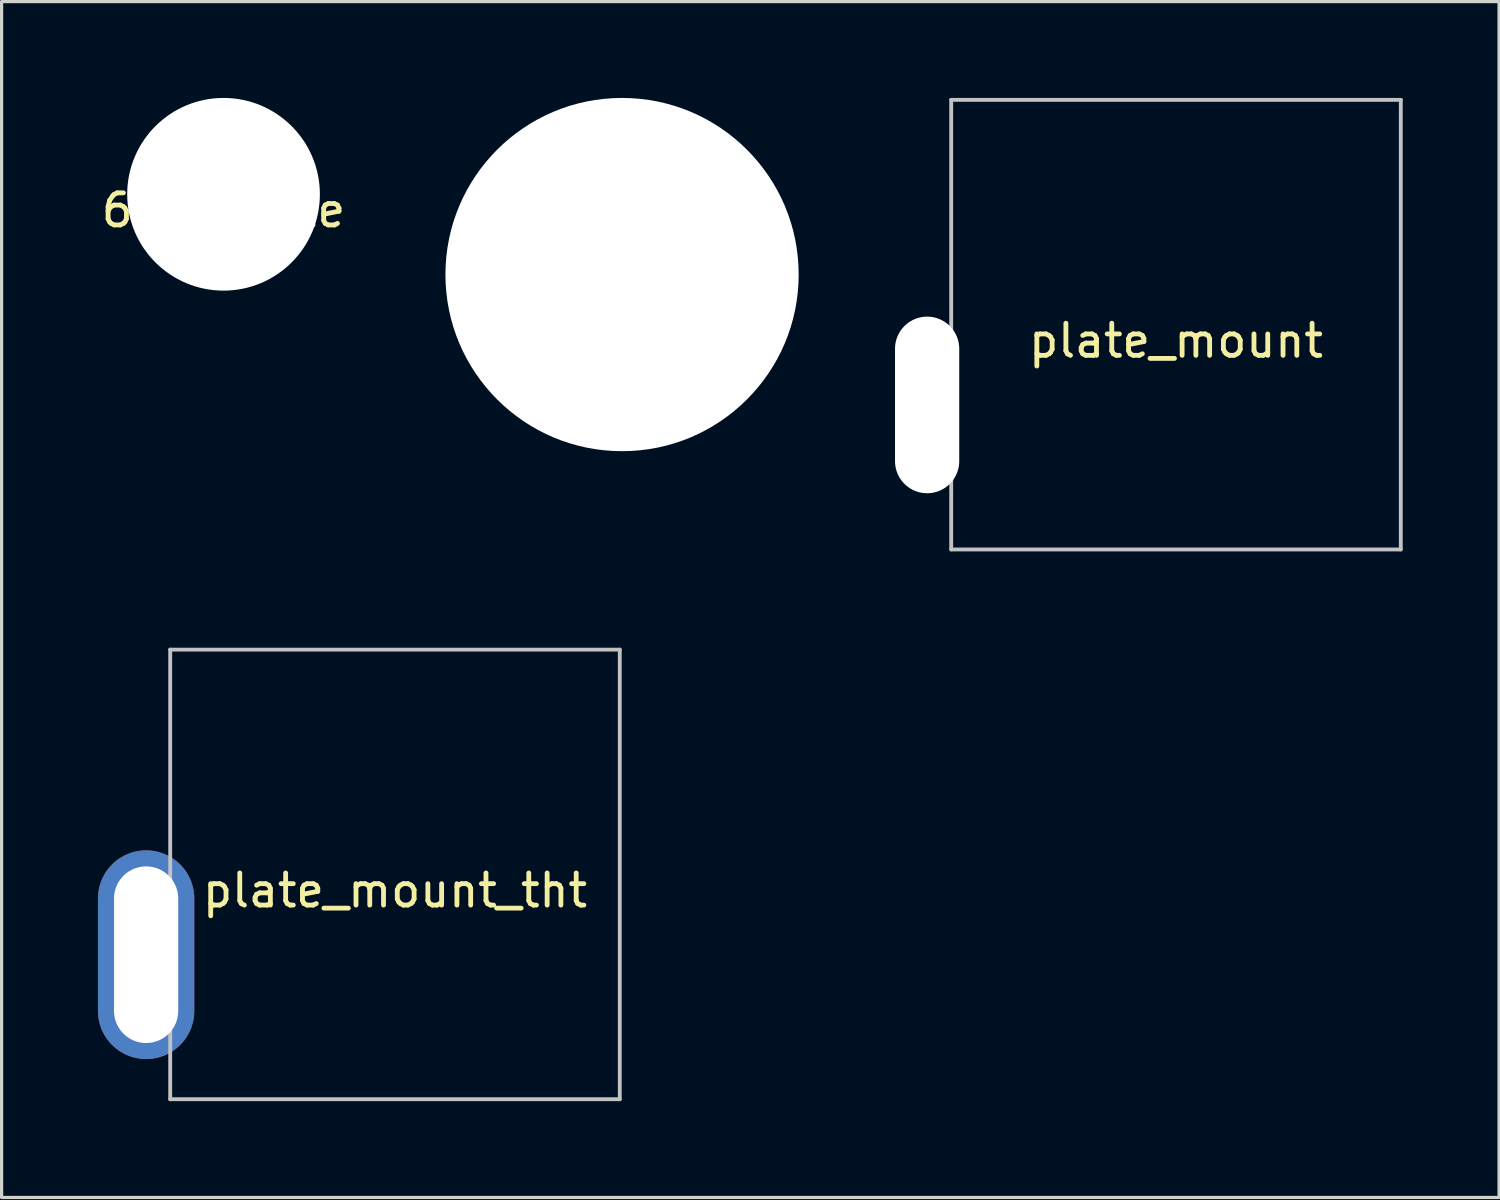
<source format=kicad_pcb>
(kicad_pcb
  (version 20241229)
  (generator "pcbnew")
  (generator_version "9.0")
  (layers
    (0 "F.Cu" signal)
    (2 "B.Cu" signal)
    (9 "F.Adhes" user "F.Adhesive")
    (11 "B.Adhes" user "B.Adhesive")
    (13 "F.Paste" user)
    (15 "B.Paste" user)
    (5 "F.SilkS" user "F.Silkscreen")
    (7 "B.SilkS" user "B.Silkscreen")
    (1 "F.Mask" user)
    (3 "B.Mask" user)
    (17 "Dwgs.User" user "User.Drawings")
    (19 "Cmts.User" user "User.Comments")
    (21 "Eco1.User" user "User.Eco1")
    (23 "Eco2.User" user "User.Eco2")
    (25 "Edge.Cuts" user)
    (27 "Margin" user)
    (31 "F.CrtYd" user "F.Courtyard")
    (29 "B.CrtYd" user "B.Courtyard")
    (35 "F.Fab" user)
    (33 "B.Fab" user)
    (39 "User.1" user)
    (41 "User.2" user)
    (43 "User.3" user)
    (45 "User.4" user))
  (footprint "6mm_hole"
    (layer "F.Cu")
    (at 3.911 3)
    (property "Reference" "6mm_hole" (at 0 0.5 0) (layer "F.SilkS") (effects (font (size 1 1) (thickness 0.15))))
    (attr through_hole)
    (pad "" np_thru_hole circle (at 0 0) (size 6 6) (drill 6) (layers "*.Cu" "*.Mask")))
  (footprint "11mm_hole"
    (layer "F.Cu")
    (at 16.321 5.5)
    (property "Reference" "11mm_hole" (at 0 0.5 0) (layer "F.SilkS") (effects (font (size 1 1) (thickness 0.15))))
    (attr through_hole)
    (pad "" np_thru_hole circle (at 0 0) (size 11 11) (drill 11) (layers "*.Cu" "*.Mask")))
  (footprint "plate_mount"
    (layer "F.Cu")
    (at 33.571 7.06)
    (property "Reference" "plate_mount" (at 0 0.5 0) (layer "F.SilkS") (effects (font (size 1 1) (thickness 0.15))))
    (attr through_hole)
    (fp_line (start -7 -7) (end -7 7) (stroke (width 0.12) (type solid)) (layer "Dwgs.User"))
    (fp_line (start -7 7) (end 7 7) (stroke (width 0.12) (type solid)) (layer "Dwgs.User"))
    (fp_line (start 7 -7) (end -7 -7) (stroke (width 0.12) (type solid)) (layer "Dwgs.User"))
    (fp_line (start 7 7) (end 7 -7) (stroke (width 0.12) (type solid)) (layer "Dwgs.User"))
    (pad "" np_thru_hole oval (at -7.75 2.5) (size 2 5.5) (drill oval 2 5.5) (layers "*.Cu" "*.Mask")))
  (footprint "plate_mount_tht"
    (layer "F.Cu")
    (at 9.25 24.18)
    (property "Reference" "plate_mount_tht" (at 0 0.5 0) (layer "F.SilkS") (effects (font (size 1 1) (thickness 0.15))))
    (attr through_hole)
    (fp_line (start -7 -7) (end -7 7) (stroke (width 0.12) (type solid)) (layer "Dwgs.User"))
    (fp_line (start -7 7) (end 7 7) (stroke (width 0.12) (type solid)) (layer "Dwgs.User"))
    (fp_line (start 7 -7) (end -7 -7) (stroke (width 0.12) (type solid)) (layer "Dwgs.User"))
    (fp_line (start 7 7) (end 7 -7) (stroke (width 0.12) (type solid)) (layer "Dwgs.User"))
    (pad "1" thru_hole oval (at -7.75 2.5) (size 3 6.5) (drill oval 2 5.5) (layers "*.Cu" "*.Mask")))
  (gr_rect
    (start -3 -3)
    (end 43.631 34.24)
    (stroke (width 0.1) (type default))
    (fill no)
    (layer "Edge.Cuts")))
</source>
